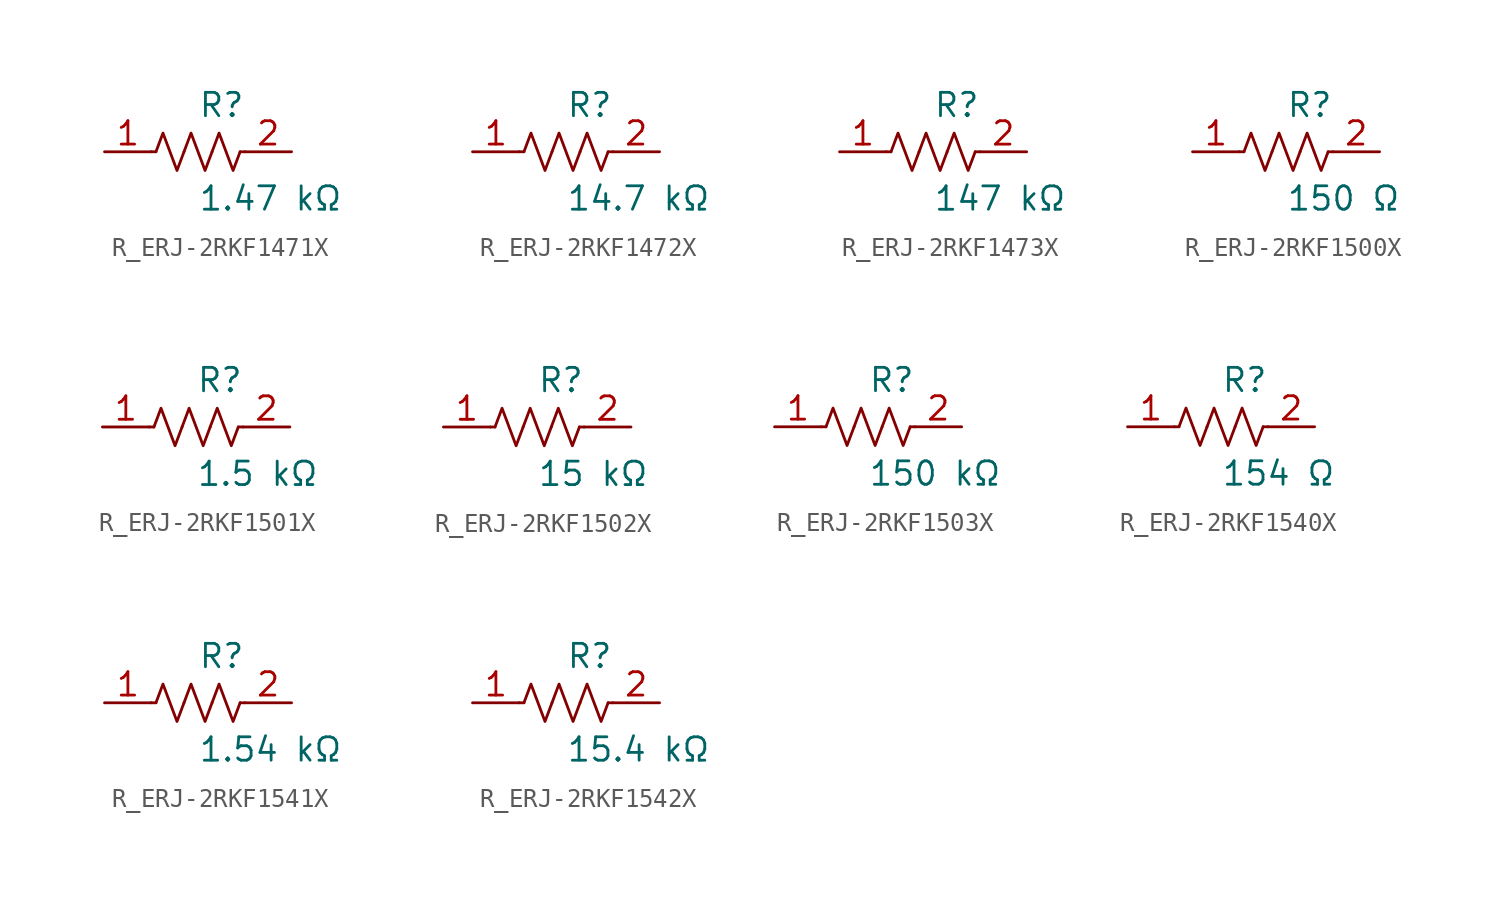
<source format=kicad_sym>
(kicad_symbol_lib
  (version 20231120)
  (generator kicad_symbol_editor)
  (generator_version 8.0)
  (symbol "R_ERJ-2RKF1471X"
    (pin_names
      (offset 0.254))
    (property "Reference" "R"
      (at 0 2.54 0)
      (effects (font (size 1.27 1.27)) (justify left)))
    (property "Value" "1.47 kΩ"
      (at 0 -2.54 0)
      (effects (font (size 1.27 1.27)) (justify left)))
    (symbol "R_ERJ-2RKF1471X_0_1"
      (polyline (pts (xy 2.286 0) (xy 2.54 0)) (stroke (width 0) (type default)) (fill (type none)))
      (polyline (pts (xy -2.286 0) (xy -2.54 0)) (stroke (width 0) (type default)) (fill (type none)))
      (polyline (pts (xy 0.762 0) (xy 1.143 1.016) (xy 1.524 0) (xy 1.905 -1.016) (xy 2.286 0)) (stroke (width 0) (type default)) (fill (type none)))
      (polyline (pts (xy -0.762 0) (xy -0.381 1.016) (xy 0 0) (xy 0.381 -1.016) (xy 0.762 0)) (stroke (width 0) (type default)) (fill (type none)))
      (polyline (pts (xy -2.286 0) (xy -1.905 1.016) (xy -1.524 0) (xy -1.143 -1.016) (xy -0.762 0)) (stroke (width 0) (type default)) (fill (type none))))
    (pin unspecified line
      (at -5.08 0 0)
      (length 2.54)
      (name "" (effects (font (size 1.27 1.27))))
      (number "1" (effects (font (size 1.27 1.27)))))
    (pin unspecified line
      (at 5.08 0 180)
      (length 2.54)
      (name "" (effects (font (size 1.27 1.27))))
      (number "2" (effects (font (size 1.27 1.27))))))
  (symbol "R_ERJ-2RKF1472X"
    (pin_names
      (offset 0.254))
    (property "Reference" "R"
      (at 0 2.54 0)
      (effects (font (size 1.27 1.27)) (justify left)))
    (property "Value" "14.7 kΩ"
      (at 0 -2.54 0)
      (effects (font (size 1.27 1.27)) (justify left)))
    (symbol "R_ERJ-2RKF1472X_0_1"
      (polyline (pts (xy 2.286 0) (xy 2.54 0)) (stroke (width 0) (type default)) (fill (type none)))
      (polyline (pts (xy -2.286 0) (xy -2.54 0)) (stroke (width 0) (type default)) (fill (type none)))
      (polyline (pts (xy 0.762 0) (xy 1.143 1.016) (xy 1.524 0) (xy 1.905 -1.016) (xy 2.286 0)) (stroke (width 0) (type default)) (fill (type none)))
      (polyline (pts (xy -0.762 0) (xy -0.381 1.016) (xy 0 0) (xy 0.381 -1.016) (xy 0.762 0)) (stroke (width 0) (type default)) (fill (type none)))
      (polyline (pts (xy -2.286 0) (xy -1.905 1.016) (xy -1.524 0) (xy -1.143 -1.016) (xy -0.762 0)) (stroke (width 0) (type default)) (fill (type none))))
    (pin unspecified line
      (at -5.08 0 0)
      (length 2.54)
      (name "" (effects (font (size 1.27 1.27))))
      (number "1" (effects (font (size 1.27 1.27)))))
    (pin unspecified line
      (at 5.08 0 180)
      (length 2.54)
      (name "" (effects (font (size 1.27 1.27))))
      (number "2" (effects (font (size 1.27 1.27))))))
  (symbol "R_ERJ-2RKF1473X"
    (pin_names
      (offset 0.254))
    (property "Reference" "R"
      (at 0 2.54 0)
      (effects (font (size 1.27 1.27)) (justify left)))
    (property "Value" "147 kΩ"
      (at 0 -2.54 0)
      (effects (font (size 1.27 1.27)) (justify left)))
    (symbol "R_ERJ-2RKF1473X_0_1"
      (polyline (pts (xy 2.286 0) (xy 2.54 0)) (stroke (width 0) (type default)) (fill (type none)))
      (polyline (pts (xy -2.286 0) (xy -2.54 0)) (stroke (width 0) (type default)) (fill (type none)))
      (polyline (pts (xy 0.762 0) (xy 1.143 1.016) (xy 1.524 0) (xy 1.905 -1.016) (xy 2.286 0)) (stroke (width 0) (type default)) (fill (type none)))
      (polyline (pts (xy -0.762 0) (xy -0.381 1.016) (xy 0 0) (xy 0.381 -1.016) (xy 0.762 0)) (stroke (width 0) (type default)) (fill (type none)))
      (polyline (pts (xy -2.286 0) (xy -1.905 1.016) (xy -1.524 0) (xy -1.143 -1.016) (xy -0.762 0)) (stroke (width 0) (type default)) (fill (type none))))
    (pin unspecified line
      (at -5.08 0 0)
      (length 2.54)
      (name "" (effects (font (size 1.27 1.27))))
      (number "1" (effects (font (size 1.27 1.27)))))
    (pin unspecified line
      (at 5.08 0 180)
      (length 2.54)
      (name "" (effects (font (size 1.27 1.27))))
      (number "2" (effects (font (size 1.27 1.27))))))
  (symbol "R_ERJ-2RKF1500X"
    (pin_names
      (offset 0.254))
    (property "Reference" "R"
      (at 0 2.54 0)
      (effects (font (size 1.27 1.27)) (justify left)))
    (property "Value" "150 Ω"
      (at 0 -2.54 0)
      (effects (font (size 1.27 1.27)) (justify left)))
    (symbol "R_ERJ-2RKF1500X_0_1"
      (polyline (pts (xy 2.286 0) (xy 2.54 0)) (stroke (width 0) (type default)) (fill (type none)))
      (polyline (pts (xy -2.286 0) (xy -2.54 0)) (stroke (width 0) (type default)) (fill (type none)))
      (polyline (pts (xy 0.762 0) (xy 1.143 1.016) (xy 1.524 0) (xy 1.905 -1.016) (xy 2.286 0)) (stroke (width 0) (type default)) (fill (type none)))
      (polyline (pts (xy -0.762 0) (xy -0.381 1.016) (xy 0 0) (xy 0.381 -1.016) (xy 0.762 0)) (stroke (width 0) (type default)) (fill (type none)))
      (polyline (pts (xy -2.286 0) (xy -1.905 1.016) (xy -1.524 0) (xy -1.143 -1.016) (xy -0.762 0)) (stroke (width 0) (type default)) (fill (type none))))
    (pin unspecified line
      (at -5.08 0 0)
      (length 2.54)
      (name "" (effects (font (size 1.27 1.27))))
      (number "1" (effects (font (size 1.27 1.27)))))
    (pin unspecified line
      (at 5.08 0 180)
      (length 2.54)
      (name "" (effects (font (size 1.27 1.27))))
      (number "2" (effects (font (size 1.27 1.27))))))
  (symbol "R_ERJ-2RKF1501X"
    (pin_names
      (offset 0.254))
    (property "Reference" "R"
      (at 0 2.54 0)
      (effects (font (size 1.27 1.27)) (justify left)))
    (property "Value" "1.5 kΩ"
      (at 0 -2.54 0)
      (effects (font (size 1.27 1.27)) (justify left)))
    (symbol "R_ERJ-2RKF1501X_0_1"
      (polyline (pts (xy 2.286 0) (xy 2.54 0)) (stroke (width 0) (type default)) (fill (type none)))
      (polyline (pts (xy -2.286 0) (xy -2.54 0)) (stroke (width 0) (type default)) (fill (type none)))
      (polyline (pts (xy 0.762 0) (xy 1.143 1.016) (xy 1.524 0) (xy 1.905 -1.016) (xy 2.286 0)) (stroke (width 0) (type default)) (fill (type none)))
      (polyline (pts (xy -0.762 0) (xy -0.381 1.016) (xy 0 0) (xy 0.381 -1.016) (xy 0.762 0)) (stroke (width 0) (type default)) (fill (type none)))
      (polyline (pts (xy -2.286 0) (xy -1.905 1.016) (xy -1.524 0) (xy -1.143 -1.016) (xy -0.762 0)) (stroke (width 0) (type default)) (fill (type none))))
    (pin unspecified line
      (at -5.08 0 0)
      (length 2.54)
      (name "" (effects (font (size 1.27 1.27))))
      (number "1" (effects (font (size 1.27 1.27)))))
    (pin unspecified line
      (at 5.08 0 180)
      (length 2.54)
      (name "" (effects (font (size 1.27 1.27))))
      (number "2" (effects (font (size 1.27 1.27))))))
  (symbol "R_ERJ-2RKF1502X"
    (pin_names
      (offset 0.254))
    (property "Reference" "R"
      (at 0 2.54 0)
      (effects (font (size 1.27 1.27)) (justify left)))
    (property "Value" "15 kΩ"
      (at 0 -2.54 0)
      (effects (font (size 1.27 1.27)) (justify left)))
    (symbol "R_ERJ-2RKF1502X_0_1"
      (polyline (pts (xy 2.286 0) (xy 2.54 0)) (stroke (width 0) (type default)) (fill (type none)))
      (polyline (pts (xy -2.286 0) (xy -2.54 0)) (stroke (width 0) (type default)) (fill (type none)))
      (polyline (pts (xy 0.762 0) (xy 1.143 1.016) (xy 1.524 0) (xy 1.905 -1.016) (xy 2.286 0)) (stroke (width 0) (type default)) (fill (type none)))
      (polyline (pts (xy -0.762 0) (xy -0.381 1.016) (xy 0 0) (xy 0.381 -1.016) (xy 0.762 0)) (stroke (width 0) (type default)) (fill (type none)))
      (polyline (pts (xy -2.286 0) (xy -1.905 1.016) (xy -1.524 0) (xy -1.143 -1.016) (xy -0.762 0)) (stroke (width 0) (type default)) (fill (type none))))
    (pin unspecified line
      (at -5.08 0 0)
      (length 2.54)
      (name "" (effects (font (size 1.27 1.27))))
      (number "1" (effects (font (size 1.27 1.27)))))
    (pin unspecified line
      (at 5.08 0 180)
      (length 2.54)
      (name "" (effects (font (size 1.27 1.27))))
      (number "2" (effects (font (size 1.27 1.27))))))
  (symbol "R_ERJ-2RKF1503X"
    (pin_names
      (offset 0.254))
    (property "Reference" "R"
      (at 0 2.54 0)
      (effects (font (size 1.27 1.27)) (justify left)))
    (property "Value" "150 kΩ"
      (at 0 -2.54 0)
      (effects (font (size 1.27 1.27)) (justify left)))
    (symbol "R_ERJ-2RKF1503X_0_1"
      (polyline (pts (xy 2.286 0) (xy 2.54 0)) (stroke (width 0) (type default)) (fill (type none)))
      (polyline (pts (xy -2.286 0) (xy -2.54 0)) (stroke (width 0) (type default)) (fill (type none)))
      (polyline (pts (xy 0.762 0) (xy 1.143 1.016) (xy 1.524 0) (xy 1.905 -1.016) (xy 2.286 0)) (stroke (width 0) (type default)) (fill (type none)))
      (polyline (pts (xy -0.762 0) (xy -0.381 1.016) (xy 0 0) (xy 0.381 -1.016) (xy 0.762 0)) (stroke (width 0) (type default)) (fill (type none)))
      (polyline (pts (xy -2.286 0) (xy -1.905 1.016) (xy -1.524 0) (xy -1.143 -1.016) (xy -0.762 0)) (stroke (width 0) (type default)) (fill (type none))))
    (pin unspecified line
      (at -5.08 0 0)
      (length 2.54)
      (name "" (effects (font (size 1.27 1.27))))
      (number "1" (effects (font (size 1.27 1.27)))))
    (pin unspecified line
      (at 5.08 0 180)
      (length 2.54)
      (name "" (effects (font (size 1.27 1.27))))
      (number "2" (effects (font (size 1.27 1.27))))))
  (symbol "R_ERJ-2RKF1540X"
    (pin_names
      (offset 0.254))
    (property "Reference" "R"
      (at 0 2.54 0)
      (effects (font (size 1.27 1.27)) (justify left)))
    (property "Value" "154 Ω"
      (at 0 -2.54 0)
      (effects (font (size 1.27 1.27)) (justify left)))
    (symbol "R_ERJ-2RKF1540X_0_1"
      (polyline (pts (xy 2.286 0) (xy 2.54 0)) (stroke (width 0) (type default)) (fill (type none)))
      (polyline (pts (xy -2.286 0) (xy -2.54 0)) (stroke (width 0) (type default)) (fill (type none)))
      (polyline (pts (xy 0.762 0) (xy 1.143 1.016) (xy 1.524 0) (xy 1.905 -1.016) (xy 2.286 0)) (stroke (width 0) (type default)) (fill (type none)))
      (polyline (pts (xy -0.762 0) (xy -0.381 1.016) (xy 0 0) (xy 0.381 -1.016) (xy 0.762 0)) (stroke (width 0) (type default)) (fill (type none)))
      (polyline (pts (xy -2.286 0) (xy -1.905 1.016) (xy -1.524 0) (xy -1.143 -1.016) (xy -0.762 0)) (stroke (width 0) (type default)) (fill (type none))))
    (pin unspecified line
      (at -5.08 0 0)
      (length 2.54)
      (name "" (effects (font (size 1.27 1.27))))
      (number "1" (effects (font (size 1.27 1.27)))))
    (pin unspecified line
      (at 5.08 0 180)
      (length 2.54)
      (name "" (effects (font (size 1.27 1.27))))
      (number "2" (effects (font (size 1.27 1.27))))))
  (symbol "R_ERJ-2RKF1541X"
    (pin_names
      (offset 0.254))
    (property "Reference" "R"
      (at 0 2.54 0)
      (effects (font (size 1.27 1.27)) (justify left)))
    (property "Value" "1.54 kΩ"
      (at 0 -2.54 0)
      (effects (font (size 1.27 1.27)) (justify left)))
    (symbol "R_ERJ-2RKF1541X_0_1"
      (polyline (pts (xy 2.286 0) (xy 2.54 0)) (stroke (width 0) (type default)) (fill (type none)))
      (polyline (pts (xy -2.286 0) (xy -2.54 0)) (stroke (width 0) (type default)) (fill (type none)))
      (polyline (pts (xy 0.762 0) (xy 1.143 1.016) (xy 1.524 0) (xy 1.905 -1.016) (xy 2.286 0)) (stroke (width 0) (type default)) (fill (type none)))
      (polyline (pts (xy -0.762 0) (xy -0.381 1.016) (xy 0 0) (xy 0.381 -1.016) (xy 0.762 0)) (stroke (width 0) (type default)) (fill (type none)))
      (polyline (pts (xy -2.286 0) (xy -1.905 1.016) (xy -1.524 0) (xy -1.143 -1.016) (xy -0.762 0)) (stroke (width 0) (type default)) (fill (type none))))
    (pin unspecified line
      (at -5.08 0 0)
      (length 2.54)
      (name "" (effects (font (size 1.27 1.27))))
      (number "1" (effects (font (size 1.27 1.27)))))
    (pin unspecified line
      (at 5.08 0 180)
      (length 2.54)
      (name "" (effects (font (size 1.27 1.27))))
      (number "2" (effects (font (size 1.27 1.27))))))
  (symbol "R_ERJ-2RKF1542X"
    (pin_names
      (offset 0.254))
    (property "Reference" "R"
      (at 0 2.54 0)
      (effects (font (size 1.27 1.27)) (justify left)))
    (property "Value" "15.4 kΩ"
      (at 0 -2.54 0)
      (effects (font (size 1.27 1.27)) (justify left)))
    (symbol "R_ERJ-2RKF1542X_0_1"
      (polyline (pts (xy 2.286 0) (xy 2.54 0)) (stroke (width 0) (type default)) (fill (type none)))
      (polyline (pts (xy -2.286 0) (xy -2.54 0)) (stroke (width 0) (type default)) (fill (type none)))
      (polyline (pts (xy 0.762 0) (xy 1.143 1.016) (xy 1.524 0) (xy 1.905 -1.016) (xy 2.286 0)) (stroke (width 0) (type default)) (fill (type none)))
      (polyline (pts (xy -0.762 0) (xy -0.381 1.016) (xy 0 0) (xy 0.381 -1.016) (xy 0.762 0)) (stroke (width 0) (type default)) (fill (type none)))
      (polyline (pts (xy -2.286 0) (xy -1.905 1.016) (xy -1.524 0) (xy -1.143 -1.016) (xy -0.762 0)) (stroke (width 0) (type default)) (fill (type none))))
    (pin unspecified line
      (at -5.08 0 0)
      (length 2.54)
      (name "" (effects (font (size 1.27 1.27))))
      (number "1" (effects (font (size 1.27 1.27)))))
    (pin unspecified line
      (at 5.08 0 180)
      (length 2.54)
      (name "" (effects (font (size 1.27 1.27))))
      (number "2" (effects (font (size 1.27 1.27)))))))
</source>
